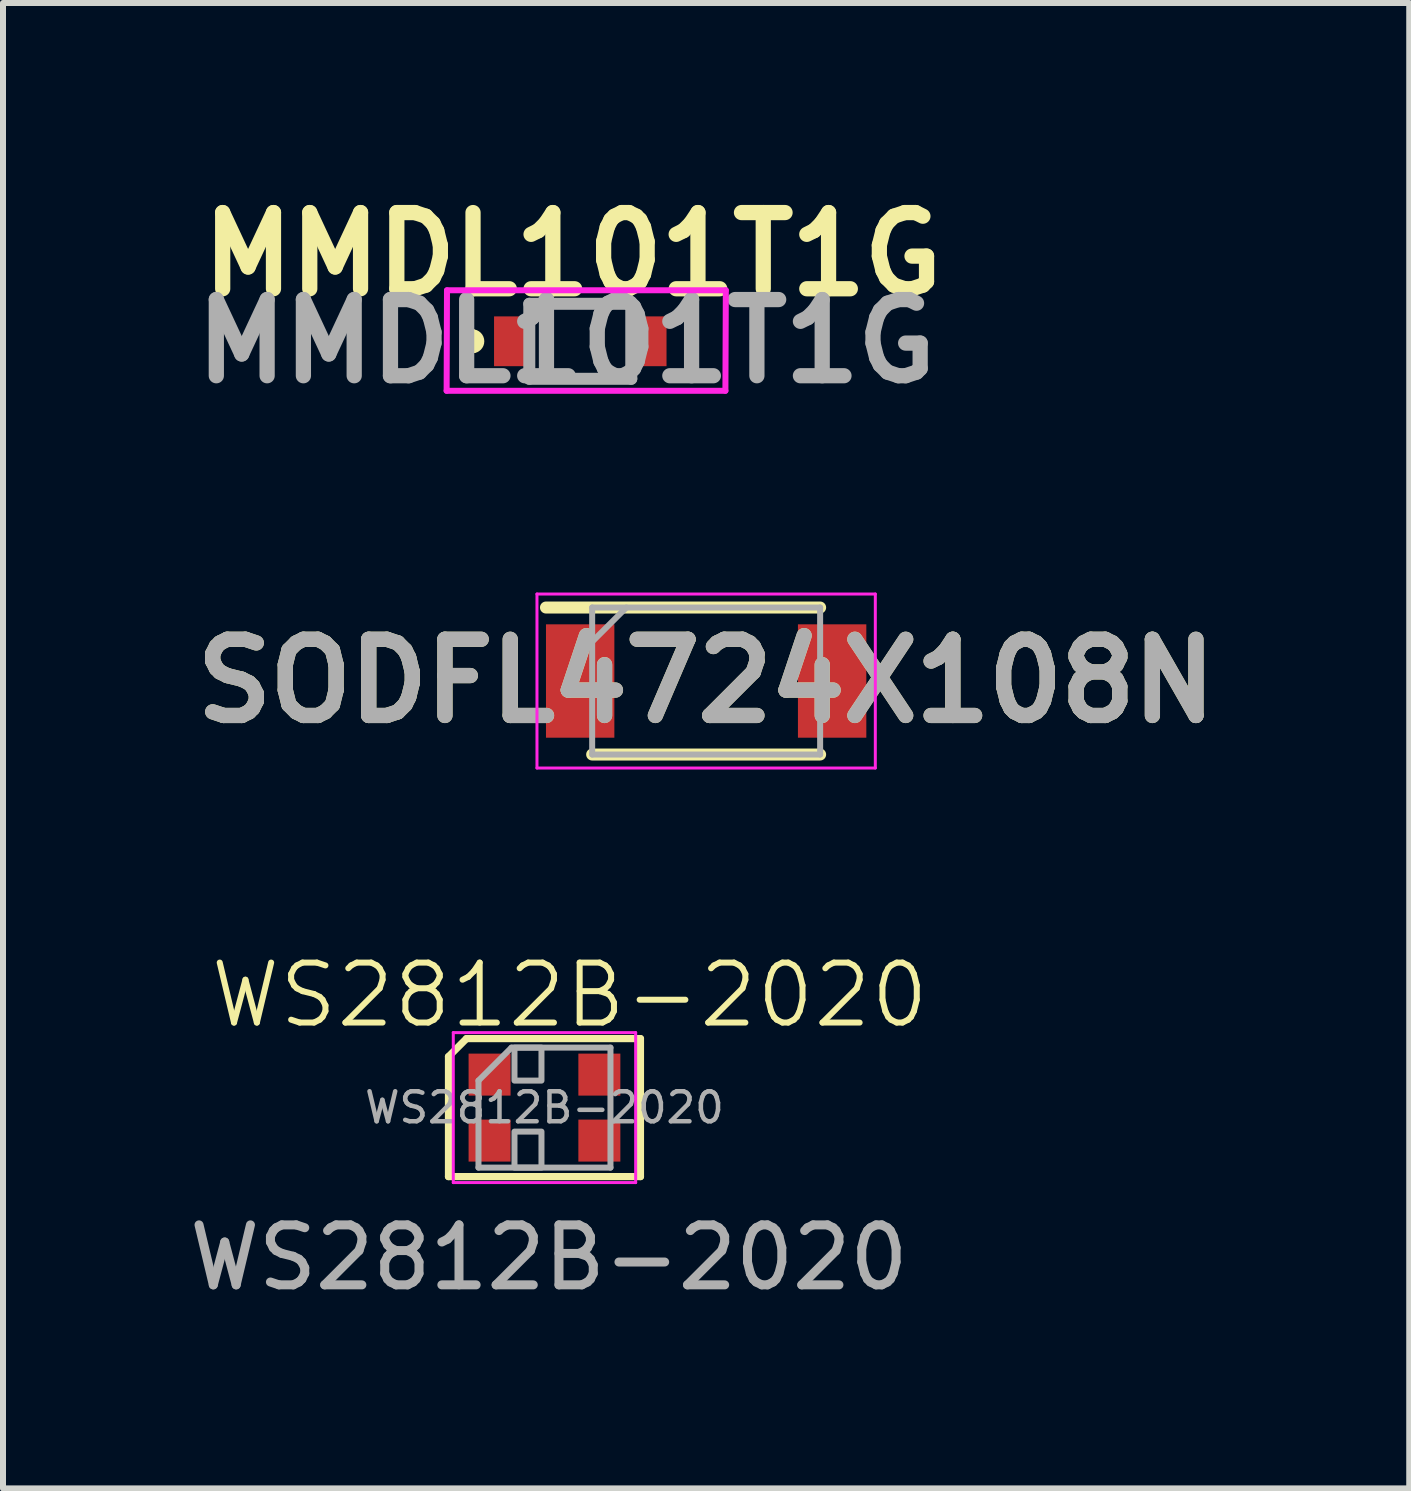
<source format=kicad_pcb>
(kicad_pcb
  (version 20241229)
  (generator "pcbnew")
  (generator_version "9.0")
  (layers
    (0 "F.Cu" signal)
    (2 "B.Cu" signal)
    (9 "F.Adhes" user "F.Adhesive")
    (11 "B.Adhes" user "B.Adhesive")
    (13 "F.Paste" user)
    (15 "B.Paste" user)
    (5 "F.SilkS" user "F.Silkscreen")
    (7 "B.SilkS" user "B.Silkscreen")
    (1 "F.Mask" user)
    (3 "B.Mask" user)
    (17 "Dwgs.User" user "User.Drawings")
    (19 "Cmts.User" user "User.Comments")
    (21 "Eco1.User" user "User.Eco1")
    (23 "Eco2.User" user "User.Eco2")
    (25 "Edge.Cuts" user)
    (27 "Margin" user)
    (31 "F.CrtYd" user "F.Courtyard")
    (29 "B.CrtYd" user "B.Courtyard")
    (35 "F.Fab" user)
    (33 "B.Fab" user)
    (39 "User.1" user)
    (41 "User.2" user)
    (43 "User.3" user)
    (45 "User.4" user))
  (footprint "SODFL4724X108N"
    (layer "F.Cu")
    (at 8.721 8.302)
    (property "Reference" "SODFL4724X108N" (at 0 0 0) (layer "F.SilkS") (effects (font (size 1.27 1.27) (thickness 0.254))))
    (attr smd)
    (fp_line (start -2.67 -1.225) (end 1.9 -1.225) (stroke (width 0.2) (type solid)) (layer "F.SilkS"))
    (fp_line (start -1.9 1.225) (end 1.9 1.225) (stroke (width 0.2) (type solid)) (layer "F.SilkS"))
    (fp_line (start -2.82 -1.45) (end 2.82 -1.45) (stroke (width 0.05) (type solid)) (layer "F.CrtYd"))
    (fp_line (start -2.82 1.45) (end -2.82 -1.45) (stroke (width 0.05) (type solid)) (layer "F.CrtYd"))
    (fp_line (start 2.82 -1.45) (end 2.82 1.45) (stroke (width 0.05) (type solid)) (layer "F.CrtYd"))
    (fp_line (start 2.82 1.45) (end -2.82 1.45) (stroke (width 0.05) (type solid)) (layer "F.CrtYd"))
    (fp_line (start -1.9 -1.225) (end 1.9 -1.225) (stroke (width 0.1) (type solid)) (layer "F.Fab"))
    (fp_line (start -1.9 -0.655) (end -1.33 -1.225) (stroke (width 0.1) (type solid)) (layer "F.Fab"))
    (fp_line (start -1.9 1.225) (end -1.9 -1.225) (stroke (width 0.1) (type solid)) (layer "F.Fab"))
    (fp_line (start 1.9 -1.225) (end 1.9 1.225) (stroke (width 0.1) (type solid)) (layer "F.Fab"))
    (fp_line (start 1.9 1.225) (end -1.9 1.225) (stroke (width 0.1) (type solid)) (layer "F.Fab"))
    (fp_text user "${REFERENCE}" (at 0 0 0) (layer "F.Fab") (effects (font (size 1.27 1.27) (thickness 0.254))))
    (pad "1" smd rect (at -2.1 0) (size 1.14 1.89) (layers "F.Cu" "F.Mask" "F.Paste"))
    (pad "2" smd rect (at 2.1 0) (size 1.14 1.89) (layers "F.Cu" "F.Mask" "F.Paste")))
  (footprint "WS2812B-2020"
    (layer "F.Cu")
    (at 6.101 15.413)
    (property "Reference" "WS2812B-2020" (at 0.345 -1.875 0) (unlocked yes) (layer "F.SilkS") (effects (font (size 1 1) (thickness 0.1))))
    (attr smd)
    (fp_line (start -1.675 1.15) (end -1.675 -0.85) (stroke (width 0.12) (type solid)) (layer "F.SilkS"))
    (fp_line (start -1.675 1.15) (end 1.525 1.15) (stroke (width 0.12) (type solid)) (layer "F.SilkS"))
    (fp_line (start -1.375 -1.15) (end -1.675 -0.85) (stroke (width 0.12) (type default)) (layer "F.SilkS"))
    (fp_line (start -1.375 -1.15) (end 1.525 -1.15) (stroke (width 0.12) (type solid)) (layer "F.SilkS"))
    (fp_line (start 1.525 -1.15) (end 1.525 1.15) (stroke (width 0.12) (type solid)) (layer "F.SilkS"))
    (fp_line (start -1.595 -1.25) (end -1.595 1.25) (stroke (width 0.05) (type solid)) (layer "F.CrtYd"))
    (fp_line (start -1.595 1.25) (end 1.445 1.25) (stroke (width 0.05) (type solid)) (layer "F.CrtYd"))
    (fp_line (start 1.445 -1.25) (end -1.595 -1.25) (stroke (width 0.05) (type solid)) (layer "F.CrtYd"))
    (fp_line (start 1.445 1.25) (end 1.445 -1.25) (stroke (width 0.05) (type solid)) (layer "F.CrtYd"))
    (fp_line (start -1.175 -0.45) (end -1.175 1) (stroke (width 0.1) (type solid)) (layer "F.Fab"))
    (fp_line (start -1.175 1) (end 1.025 1) (stroke (width 0.1) (type solid)) (layer "F.Fab"))
    (fp_line (start -0.625 -1) (end -1.175 -0.45) (stroke (width 0.1) (type solid)) (layer "F.Fab"))
    (fp_line (start 1.025 -1) (end -0.625 -1) (stroke (width 0.1) (type solid)) (layer "F.Fab"))
    (fp_line (start 1.025 -1) (end 1.025 1) (stroke (width 0.1) (type solid)) (layer "F.Fab"))
    (fp_rect (start -0.575 -1) (end -0.125 -0.45) (stroke (width 0.1) (type solid)) (fill no) (layer "F.Fab"))
    (fp_rect (start -0.575 0.4) (end -0.125 1) (stroke (width 0.1) (type solid)) (fill no) (layer "F.Fab"))
    (fp_text user "${REFERENCE}" (at -0.075 0 0) (layer "F.Fab") (effects (font (size 0.5 0.5) (thickness 0.075))))
    (fp_text user "${REFERENCE}" (at 0 2.5 0) (unlocked yes) (layer "F.Fab") (effects (font (size 1 1) (thickness 0.15))))
    (pad "1" smd rect (at -0.99 -0.55) (size 0.7 0.7) (layers "F.Cu" "F.Mask" "F.Paste"))
    (pad "2" smd rect (at -0.99 0.55) (size 0.7 0.7) (layers "F.Cu" "F.Mask" "F.Paste"))
    (pad "3" smd rect (at 0.84 0.55) (size 0.7 0.7) (layers "F.Cu" "F.Mask" "F.Paste"))
    (pad "4" smd rect (at 0.84 -0.55) (size 0.7 0.7) (layers "F.Cu" "F.Mask" "F.Paste")))
  (footprint "MMDL101T1G"
    (layer "F.Cu")
    (at 6.623 2.639)
    (property "Reference" "MMDL101T1G" (at -0.125 -1.45 0) (layer "F.SilkS") (effects (font (size 1.27 1.27) (thickness 0.254))))
    (attr smd)
    (fp_line (start -1.8 -0.1) (end -1.8 -0.1) (stroke (width 0.2) (type solid)) (layer "F.SilkS"))
    (fp_line (start -1.8 0.1) (end -1.8 0.1) (stroke (width 0.2) (type solid)) (layer "F.SilkS"))
    (fp_line (start -0.85 -0.625) (end 0.85 -0.625) (stroke (width 0.1) (type solid)) (layer "F.SilkS"))
    (fp_line (start -0.85 0.625) (end 0.85 0.625) (stroke (width 0.1) (type solid)) (layer "F.SilkS"))
    (fp_arc (start -1.8 -0.1) (mid -1.7 0) (end -1.8 0.1) (stroke (width 0.2) (type solid)) (layer "F.SilkS"))
    (fp_arc (start -1.8 0.1) (mid -1.9 0) (end -1.8 -0.1) (stroke (width 0.2) (type solid)) (layer "F.SilkS"))
    (fp_line (start -2.228 0.825) (end -2.222 -0.85) (stroke (width 0.1) (type solid)) (layer "F.CrtYd"))
    (fp_line (start -2.222 -0.85) (end 2.425 -0.85) (stroke (width 0.1) (type solid)) (layer "F.CrtYd"))
    (fp_line (start 2.419 0.825) (end -2.228 0.825) (stroke (width 0.1) (type solid)) (layer "F.CrtYd"))
    (fp_line (start 2.426 -0.85) (end 2.419 0.825) (stroke (width 0.1) (type solid)) (layer "F.CrtYd"))
    (fp_line (start -0.85 -0.625) (end 0.85 -0.625) (stroke (width 0.2) (type solid)) (layer "F.Fab"))
    (fp_line (start -0.85 0.625) (end -0.85 -0.625) (stroke (width 0.2) (type solid)) (layer "F.Fab"))
    (fp_line (start 0.85 -0.625) (end 0.85 0.625) (stroke (width 0.2) (type solid)) (layer "F.Fab"))
    (fp_line (start 0.85 0.625) (end -0.85 0.625) (stroke (width 0.2) (type solid)) (layer "F.Fab"))
    (fp_text user "${REFERENCE}" (at -0.231 0 0) (layer "F.Fab") (effects (font (size 1.27 1.27) (thickness 0.254))))
    (pad "1" smd rect (at -1.125 0) (size 0.625 0.83) (layers "F.Cu" "F.Mask" "F.Paste"))
    (pad "2" smd rect (at 1.125 0) (size 0.625 0.83) (layers "F.Cu" "F.Mask" "F.Paste")))
  (gr_rect
    (start -3 -3)
    (end 20.441 21.761)
    (stroke (width 0.1) (type default))
    (fill no)
    (layer "Edge.Cuts")))
</source>
